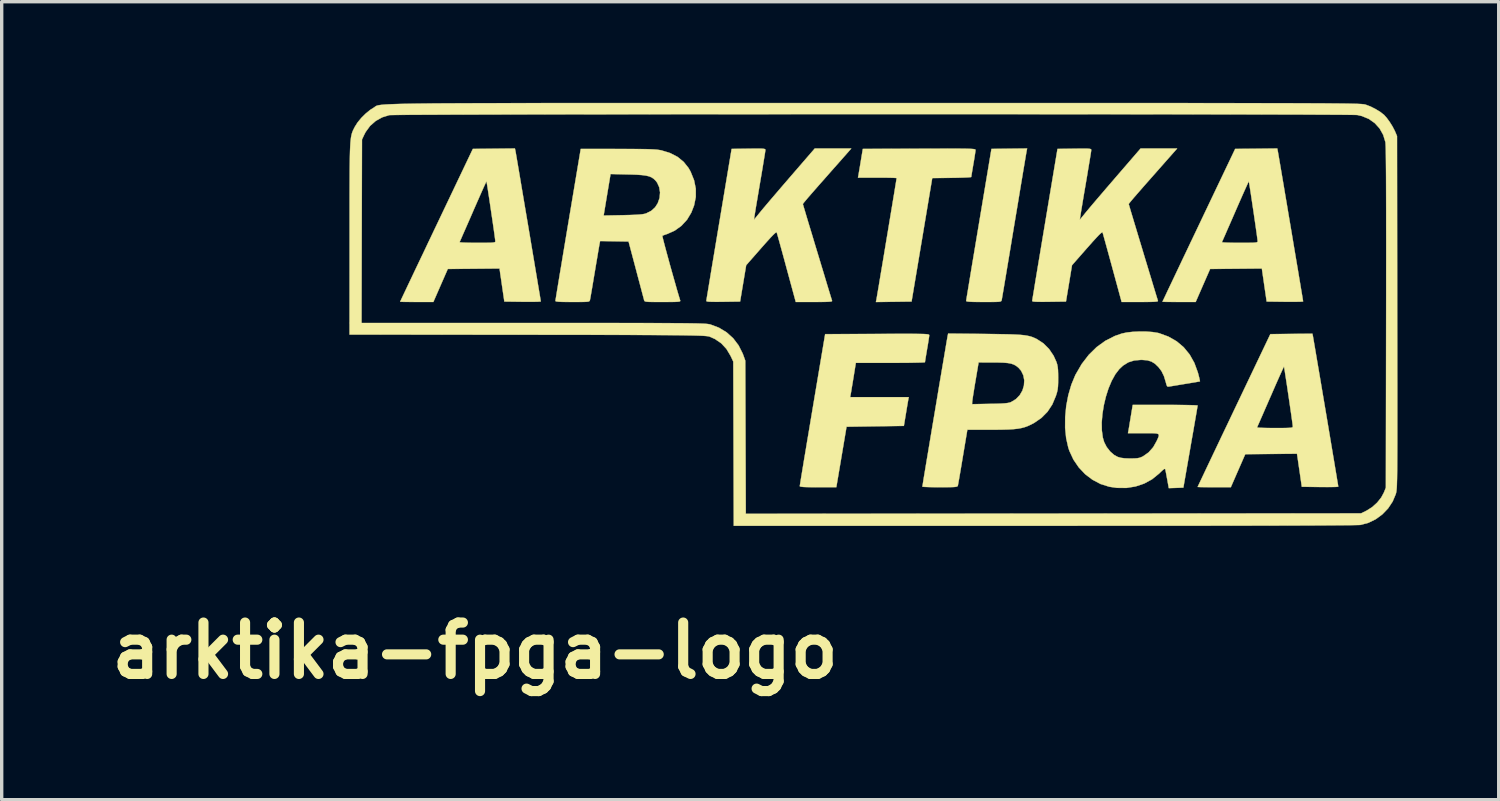
<source format=kicad_pcb>
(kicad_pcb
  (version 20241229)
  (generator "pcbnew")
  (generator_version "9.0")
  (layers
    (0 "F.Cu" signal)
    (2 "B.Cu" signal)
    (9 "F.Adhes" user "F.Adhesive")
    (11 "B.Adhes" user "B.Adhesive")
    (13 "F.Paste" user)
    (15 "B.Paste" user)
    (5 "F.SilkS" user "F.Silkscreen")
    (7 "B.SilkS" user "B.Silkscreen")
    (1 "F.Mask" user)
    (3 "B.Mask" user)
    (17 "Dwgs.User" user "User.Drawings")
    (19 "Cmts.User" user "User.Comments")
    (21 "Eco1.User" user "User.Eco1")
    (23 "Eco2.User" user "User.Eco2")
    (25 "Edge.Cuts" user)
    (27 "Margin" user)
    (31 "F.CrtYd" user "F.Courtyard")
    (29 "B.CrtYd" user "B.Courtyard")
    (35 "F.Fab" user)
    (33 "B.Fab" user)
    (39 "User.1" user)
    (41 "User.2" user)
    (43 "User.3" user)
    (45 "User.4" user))
  (footprint "arktika-fpga-logo"
    (layer "F.Cu")
    (at 22.468 7.353)
    (property "Reference" "arktika-fpga-logo" (at -11.43 8.89 0) (layer "F.SilkS") (effects (font (size 1.524 1.524) (thickness 0.3))))
    (attr through_hole)
    (fp_poly (pts (xy 4.922 -5.931) (xy 4.916 -5.896) (xy 4.902 -5.814) (xy 4.881 -5.69) (xy 4.854 -5.527) (xy 4.82 -5.329) (xy 4.782 -5.099) (xy 4.739 -4.843) (xy 4.693 -4.562) (xy 4.643 -4.262) (xy 4.59 -3.946) (xy 4.551 -3.712) (xy 4.497 -3.387) (xy 4.446 -3.076) (xy 4.397 -2.781) (xy 4.351 -2.509) (xy 4.31 -2.261) (xy 4.273 -2.041) (xy 4.242 -1.854) (xy 4.216 -1.704) (xy 4.197 -1.593) (xy 4.186 -1.526) (xy 4.182 -1.506) (xy 4.176 -1.487) (xy 4.165 -1.473) (xy 4.142 -1.463) (xy 4.1 -1.456) (xy 4.032 -1.452) (xy 3.933 -1.45) (xy 3.794 -1.449) (xy 3.648 -1.449) (xy 3.464 -1.45) (xy 3.325 -1.452) (xy 3.228 -1.457) (xy 3.166 -1.463) (xy 3.135 -1.472) (xy 3.129 -1.481) (xy 3.133 -1.51) (xy 3.145 -1.586) (xy 3.165 -1.705) (xy 3.191 -1.863) (xy 3.223 -2.056) (xy 3.26 -2.282) (xy 3.302 -2.536) (xy 3.349 -2.815) (xy 3.399 -3.115) (xy 3.452 -3.433) (xy 3.505 -3.75) (xy 3.879 -5.988) (xy 4.408 -5.995) (xy 4.937 -6.001) (xy 4.922 -5.931)) (stroke (width 0.01) (type solid)) (fill yes) (layer "F.SilkS"))
    (fp_poly (pts (xy 1.499 -0.505) (xy 1.652 -0.504) (xy 1.773 -0.502) (xy 1.865 -0.5) (xy 1.933 -0.496) (xy 1.98 -0.492) (xy 2.01 -0.486) (xy 2.026 -0.479) (xy 2.033 -0.471) (xy 2.034 -0.464) (xy 2.03 -0.424) (xy 2.018 -0.344) (xy 2.001 -0.234) (xy 1.98 -0.105) (xy 1.97 -0.051) (xy 1.948 0.081) (xy 1.929 0.194) (xy 1.915 0.28) (xy 1.908 0.329) (xy 1.907 0.337) (xy 1.883 0.341) (xy 1.812 0.345) (xy 1.702 0.348) (xy 1.557 0.351) (xy 1.383 0.354) (xy 1.185 0.355) (xy 0.968 0.356) (xy 0.883 0.356) (xy -0.142 0.356) (xy -0.213 0.795) (xy -0.237 0.943) (xy -0.26 1.078) (xy -0.278 1.191) (xy -0.292 1.27) (xy -0.298 1.303) (xy -0.311 1.373) (xy 1.426 1.373) (xy 1.411 1.456) (xy 1.401 1.511) (xy 1.385 1.605) (xy 1.365 1.724) (xy 1.343 1.857) (xy 1.339 1.881) (xy 1.282 2.225) (xy 0.432 2.237) (xy -0.418 2.25) (xy -0.569 3.146) (xy -0.721 4.043) (xy -1.263 4.043) (xy -1.452 4.042) (xy -1.594 4.04) (xy -1.696 4.036) (xy -1.761 4.029) (xy -1.796 4.021) (xy -1.805 4.011) (xy -1.8 3.982) (xy -1.788 3.906) (xy -1.769 3.787) (xy -1.743 3.629) (xy -1.711 3.436) (xy -1.674 3.21) (xy -1.631 2.956) (xy -1.585 2.677) (xy -1.534 2.377) (xy -1.481 2.059) (xy -1.428 1.742) (xy -1.052 -0.496) (xy 0.491 -0.502) (xy 0.81 -0.504) (xy 1.082 -0.505) (xy 1.31 -0.505) (xy 1.499 -0.505)) (stroke (width 0.01) (type solid)) (fill yes) (layer "F.SilkS"))
    (fp_poly (pts (xy 2.798 -5.997) (xy 2.964 -5.996) (xy 3.096 -5.995) (xy 3.199 -5.992) (xy 3.277 -5.989) (xy 3.333 -5.985) (xy 3.37 -5.98) (xy 3.392 -5.974) (xy 3.403 -5.967) (xy 3.407 -5.958) (xy 3.407 -5.956) (xy 3.403 -5.916) (xy 3.391 -5.836) (xy 3.374 -5.726) (xy 3.353 -5.597) (xy 3.343 -5.543) (xy 3.321 -5.411) (xy 3.302 -5.298) (xy 3.288 -5.212) (xy 3.281 -5.163) (xy 3.28 -5.155) (xy 3.256 -5.15) (xy 3.188 -5.144) (xy 3.083 -5.139) (xy 2.949 -5.135) (xy 2.793 -5.131) (xy 2.701 -5.13) (xy 2.123 -5.123) (xy 1.817 -3.293) (xy 1.51 -1.462) (xy 0.982 -1.455) (xy 0.453 -1.448) (xy 0.468 -1.519) (xy 0.474 -1.555) (xy 0.488 -1.635) (xy 0.508 -1.755) (xy 0.535 -1.909) (xy 0.565 -2.093) (xy 0.6 -2.302) (xy 0.639 -2.532) (xy 0.68 -2.776) (xy 0.722 -3.03) (xy 0.765 -3.29) (xy 0.809 -3.551) (xy 0.851 -3.807) (xy 0.892 -4.054) (xy 0.931 -4.287) (xy 0.966 -4.501) (xy 0.998 -4.692) (xy 1.024 -4.853) (xy 1.045 -4.981) (xy 1.06 -5.071) (xy 1.067 -5.117) (xy 1.068 -5.123) (xy 1.044 -5.126) (xy 0.976 -5.13) (xy 0.871 -5.133) (xy 0.738 -5.135) (xy 0.582 -5.136) (xy 0.495 -5.136) (xy -0.079 -5.136) (xy -0.063 -5.219) (xy -0.054 -5.274) (xy -0.038 -5.368) (xy -0.018 -5.487) (xy 0.004 -5.62) (xy 0.008 -5.644) (xy 0.065 -5.988) (xy 1.736 -5.994) (xy 2.069 -5.995) (xy 2.354 -5.996) (xy 2.596 -5.997) (xy 2.798 -5.997)) (stroke (width 0.01) (type solid)) (fill yes) (layer "F.SilkS"))
    (fp_poly (pts (xy -10.236 -5.931) (xy -10.229 -5.895) (xy -10.215 -5.813) (xy -10.194 -5.691) (xy -10.167 -5.533) (xy -10.135 -5.344) (xy -10.098 -5.126) (xy -10.058 -4.886) (xy -10.014 -4.627) (xy -9.968 -4.353) (xy -9.92 -4.07) (xy -9.871 -3.781) (xy -9.822 -3.491) (xy -9.774 -3.204) (xy -9.727 -2.924) (xy -9.682 -2.656) (xy -9.64 -2.405) (xy -9.601 -2.174) (xy -9.567 -1.968) (xy -9.537 -1.791) (xy -9.513 -1.649) (xy -9.496 -1.544) (xy -9.486 -1.482) (xy -9.484 -1.465) (xy -9.508 -1.461) (xy -9.576 -1.457) (xy -9.679 -1.455) (xy -9.812 -1.454) (xy -9.965 -1.454) (xy -10.024 -1.455) (xy -10.564 -1.462) (xy -10.62 -1.843) (xy -10.641 -1.987) (xy -10.66 -2.121) (xy -10.677 -2.234) (xy -10.689 -2.314) (xy -10.691 -2.333) (xy -10.707 -2.442) (xy -11.474 -2.435) (xy -12.241 -2.428) (xy -12.455 -1.939) (xy -12.669 -1.449) (xy -13.161 -1.449) (xy -13.313 -1.45) (xy -13.446 -1.451) (xy -13.552 -1.452) (xy -13.624 -1.455) (xy -13.653 -1.457) (xy -13.653 -1.457) (xy -13.643 -1.481) (xy -13.612 -1.547) (xy -13.562 -1.653) (xy -13.494 -1.796) (xy -13.411 -1.972) (xy -13.313 -2.178) (xy -13.202 -2.412) (xy -13.079 -2.67) (xy -12.946 -2.948) (xy -12.816 -3.223) (xy -11.892 -3.223) (xy -11.871 -3.217) (xy -11.806 -3.212) (xy -11.705 -3.208) (xy -11.575 -3.205) (xy -11.423 -3.204) (xy -11.367 -3.204) (xy -11.189 -3.204) (xy -11.055 -3.205) (xy -10.959 -3.207) (xy -10.896 -3.212) (xy -10.857 -3.219) (xy -10.838 -3.229) (xy -10.832 -3.243) (xy -10.831 -3.25) (xy -10.835 -3.286) (xy -10.845 -3.363) (xy -10.86 -3.476) (xy -10.88 -3.616) (xy -10.903 -3.777) (xy -10.929 -3.953) (xy -10.956 -4.135) (xy -10.983 -4.318) (xy -11.009 -4.494) (xy -11.034 -4.655) (xy -11.055 -4.796) (xy -11.073 -4.909) (xy -11.086 -4.987) (xy -11.093 -5.024) (xy -11.094 -5.025) (xy -11.105 -5.005) (xy -11.134 -4.942) (xy -11.18 -4.843) (xy -11.238 -4.712) (xy -11.308 -4.554) (xy -11.387 -4.375) (xy -11.473 -4.179) (xy -11.491 -4.137) (xy -11.578 -3.937) (xy -11.659 -3.752) (xy -11.732 -3.586) (xy -11.794 -3.445) (xy -11.842 -3.334) (xy -11.875 -3.259) (xy -11.891 -3.224) (xy -11.892 -3.223) (xy -12.816 -3.223) (xy -12.805 -3.245) (xy -12.657 -3.557) (xy -12.576 -3.726) (xy -11.498 -5.988) (xy -10.251 -6.001) (xy -10.236 -5.931)) (stroke (width 0.01) (type solid)) (fill yes) (layer "F.SilkS"))
    (fp_poly (pts (xy 12.367 -5.931) (xy 12.374 -5.895) (xy 12.388 -5.813) (xy 12.409 -5.691) (xy 12.436 -5.533) (xy 12.468 -5.344) (xy 12.505 -5.126) (xy 12.546 -4.886) (xy 12.589 -4.627) (xy 12.636 -4.353) (xy 12.683 -4.07) (xy 12.732 -3.781) (xy 12.781 -3.491) (xy 12.829 -3.204) (xy 12.876 -2.924) (xy 12.921 -2.656) (xy 12.964 -2.405) (xy 13.002 -2.174) (xy 13.037 -1.968) (xy 13.066 -1.791) (xy 13.09 -1.649) (xy 13.107 -1.544) (xy 13.117 -1.482) (xy 13.12 -1.465) (xy 13.095 -1.461) (xy 13.028 -1.457) (xy 12.924 -1.455) (xy 12.792 -1.454) (xy 12.638 -1.454) (xy 12.579 -1.455) (xy 12.039 -1.462) (xy 11.983 -1.843) (xy 11.962 -1.987) (xy 11.943 -2.121) (xy 11.926 -2.234) (xy 11.915 -2.314) (xy 11.912 -2.333) (xy 11.896 -2.442) (xy 10.362 -2.428) (xy 10.148 -1.939) (xy 9.934 -1.449) (xy 9.442 -1.449) (xy 9.29 -1.45) (xy 9.157 -1.451) (xy 9.051 -1.452) (xy 8.979 -1.455) (xy 8.95 -1.457) (xy 8.95 -1.457) (xy 8.96 -1.481) (xy 8.992 -1.547) (xy 9.042 -1.653) (xy 9.109 -1.796) (xy 9.193 -1.972) (xy 9.291 -2.178) (xy 9.402 -2.412) (xy 9.524 -2.67) (xy 9.657 -2.948) (xy 9.787 -3.223) (xy 10.711 -3.223) (xy 10.732 -3.217) (xy 10.797 -3.212) (xy 10.898 -3.208) (xy 11.028 -3.205) (xy 11.181 -3.204) (xy 11.237 -3.204) (xy 11.415 -3.204) (xy 11.548 -3.205) (xy 11.644 -3.207) (xy 11.708 -3.212) (xy 11.746 -3.219) (xy 11.765 -3.229) (xy 11.772 -3.243) (xy 11.772 -3.25) (xy 11.768 -3.286) (xy 11.758 -3.363) (xy 11.743 -3.476) (xy 11.723 -3.616) (xy 11.7 -3.777) (xy 11.674 -3.953) (xy 11.648 -4.135) (xy 11.62 -4.318) (xy 11.594 -4.494) (xy 11.57 -4.655) (xy 11.548 -4.796) (xy 11.53 -4.909) (xy 11.517 -4.987) (xy 11.51 -5.024) (xy 11.51 -5.025) (xy 11.498 -5.005) (xy 11.469 -4.942) (xy 11.424 -4.843) (xy 11.365 -4.712) (xy 11.295 -4.554) (xy 11.216 -4.375) (xy 11.13 -4.179) (xy 11.112 -4.137) (xy 11.025 -3.937) (xy 10.944 -3.752) (xy 10.871 -3.586) (xy 10.81 -3.445) (xy 10.761 -3.334) (xy 10.728 -3.259) (xy 10.712 -3.224) (xy 10.711 -3.223) (xy 9.787 -3.223) (xy 9.798 -3.245) (xy 9.947 -3.557) (xy 10.027 -3.726) (xy 11.105 -5.988) (xy 11.729 -5.994) (xy 12.353 -6.001) (xy 12.367 -5.931)) (stroke (width 0.01) (type solid)) (fill yes) (layer "F.SilkS"))
    (fp_poly (pts (xy 13.41 -0.439) (xy 13.416 -0.403) (xy 13.43 -0.321) (xy 13.451 -0.2) (xy 13.478 -0.042) (xy 13.51 0.148) (xy 13.547 0.366) (xy 13.588 0.606) (xy 13.632 0.865) (xy 13.678 1.138) (xy 13.726 1.422) (xy 13.775 1.711) (xy 13.824 2.001) (xy 13.872 2.288) (xy 13.919 2.568) (xy 13.964 2.836) (xy 14.006 3.087) (xy 14.045 3.318) (xy 14.079 3.524) (xy 14.109 3.7) (xy 14.132 3.843) (xy 14.15 3.948) (xy 14.16 4.01) (xy 14.162 4.026) (xy 14.138 4.031) (xy 14.07 4.035) (xy 13.966 4.037) (xy 13.834 4.038) (xy 13.68 4.037) (xy 13.622 4.037) (xy 13.081 4.03) (xy 13.026 3.649) (xy 13.005 3.505) (xy 12.985 3.371) (xy 12.969 3.258) (xy 12.957 3.178) (xy 12.954 3.159) (xy 12.938 3.05) (xy 12.171 3.057) (xy 11.404 3.064) (xy 11.19 3.553) (xy 10.976 4.043) (xy 10.484 4.043) (xy 10.332 4.042) (xy 10.199 4.041) (xy 10.093 4.04) (xy 10.022 4.037) (xy 9.993 4.035) (xy 9.992 4.035) (xy 10.003 4.011) (xy 10.034 3.945) (xy 10.084 3.839) (xy 10.152 3.696) (xy 10.235 3.52) (xy 10.333 3.314) (xy 10.444 3.08) (xy 10.567 2.822) (xy 10.699 2.543) (xy 10.83 2.269) (xy 11.754 2.269) (xy 11.775 2.275) (xy 11.84 2.28) (xy 11.941 2.284) (xy 12.071 2.287) (xy 12.223 2.288) (xy 12.279 2.288) (xy 12.457 2.288) (xy 12.591 2.287) (xy 12.686 2.284) (xy 12.75 2.28) (xy 12.788 2.273) (xy 12.808 2.263) (xy 12.814 2.249) (xy 12.814 2.242) (xy 12.811 2.206) (xy 12.801 2.129) (xy 12.785 2.016) (xy 12.766 1.876) (xy 12.742 1.714) (xy 12.717 1.539) (xy 12.69 1.356) (xy 12.663 1.174) (xy 12.637 0.998) (xy 12.612 0.837) (xy 12.59 0.696) (xy 12.573 0.583) (xy 12.56 0.504) (xy 12.553 0.468) (xy 12.552 0.466) (xy 12.541 0.487) (xy 12.511 0.55) (xy 12.466 0.649) (xy 12.407 0.78) (xy 12.337 0.937) (xy 12.258 1.117) (xy 12.173 1.313) (xy 12.154 1.355) (xy 12.067 1.555) (xy 11.986 1.74) (xy 11.914 1.906) (xy 11.852 2.047) (xy 11.804 2.157) (xy 11.77 2.233) (xy 11.755 2.268) (xy 11.754 2.269) (xy 10.83 2.269) (xy 10.841 2.247) (xy 10.989 1.935) (xy 11.07 1.765) (xy 12.148 -0.496) (xy 12.771 -0.503) (xy 13.395 -0.509) (xy 13.41 -0.439)) (stroke (width 0.01) (type solid)) (fill yes) (layer "F.SilkS"))
    (fp_poly (pts (xy -0.653 -5.574) (xy -0.876 -5.322) (xy -1.067 -5.105) (xy -1.229 -4.922) (xy -1.363 -4.769) (xy -1.472 -4.644) (xy -1.558 -4.545) (xy -1.622 -4.469) (xy -1.668 -4.414) (xy -1.697 -4.378) (xy -1.711 -4.357) (xy -1.713 -4.351) (xy -1.705 -4.324) (xy -1.684 -4.253) (xy -1.651 -4.143) (xy -1.609 -4.001) (xy -1.558 -3.831) (xy -1.5 -3.639) (xy -1.436 -3.429) (xy -1.37 -3.208) (xy -1.301 -2.98) (xy -1.231 -2.75) (xy -1.163 -2.524) (xy -1.097 -2.308) (xy -1.036 -2.105) (xy -0.981 -1.922) (xy -0.933 -1.764) (xy -0.894 -1.636) (xy -0.865 -1.543) (xy -0.849 -1.491) (xy -0.846 -1.481) (xy -0.852 -1.47) (xy -0.885 -1.462) (xy -0.948 -1.456) (xy -1.046 -1.452) (xy -1.186 -1.45) (xy -1.371 -1.449) (xy -1.378 -1.449) (xy -1.923 -1.449) (xy -2.198 -2.46) (xy -2.257 -2.679) (xy -2.313 -2.884) (xy -2.364 -3.069) (xy -2.408 -3.229) (xy -2.444 -3.358) (xy -2.471 -3.452) (xy -2.486 -3.504) (xy -2.489 -3.512) (xy -2.503 -3.514) (xy -2.537 -3.491) (xy -2.592 -3.439) (xy -2.672 -3.356) (xy -2.778 -3.239) (xy -2.914 -3.086) (xy -2.949 -3.046) (xy -3.394 -2.539) (xy -3.484 -2) (xy -3.574 -1.462) (xy -4.075 -1.455) (xy -4.254 -1.453) (xy -4.387 -1.454) (xy -4.481 -1.457) (xy -4.539 -1.462) (xy -4.569 -1.471) (xy -4.575 -1.48) (xy -4.571 -1.51) (xy -4.559 -1.586) (xy -4.539 -1.704) (xy -4.513 -1.863) (xy -4.481 -2.056) (xy -4.444 -2.282) (xy -4.402 -2.536) (xy -4.355 -2.815) (xy -4.305 -3.115) (xy -4.252 -3.433) (xy -4.199 -3.75) (xy -3.825 -5.988) (xy -3.323 -5.995) (xy -3.152 -5.997) (xy -3.024 -5.997) (xy -2.935 -5.996) (xy -2.876 -5.991) (xy -2.843 -5.984) (xy -2.827 -5.973) (xy -2.823 -5.959) (xy -2.823 -5.956) (xy -2.828 -5.922) (xy -2.84 -5.843) (xy -2.859 -5.726) (xy -2.884 -5.575) (xy -2.913 -5.396) (xy -2.947 -5.195) (xy -2.984 -4.978) (xy -2.997 -4.901) (xy -3.034 -4.681) (xy -3.068 -4.478) (xy -3.099 -4.297) (xy -3.124 -4.142) (xy -3.144 -4.02) (xy -3.157 -3.935) (xy -3.163 -3.894) (xy -3.163 -3.89) (xy -3.146 -3.909) (xy -3.104 -3.959) (xy -3.045 -4.031) (xy -3 -4.087) (xy -2.95 -4.148) (xy -2.871 -4.243) (xy -2.767 -4.366) (xy -2.643 -4.512) (xy -2.503 -4.675) (xy -2.352 -4.852) (xy -2.193 -5.036) (xy -2.102 -5.142) (xy -1.36 -6) (xy -0.818 -6) (xy -0.277 -6) (xy -0.653 -5.574)) (stroke (width 0.01) (type solid)) (fill yes) (layer "F.SilkS"))
    (fp_poly (pts (xy 9.008 -5.574) (xy 8.786 -5.322) (xy 8.594 -5.105) (xy 8.433 -4.922) (xy 8.299 -4.769) (xy 8.19 -4.644) (xy 8.104 -4.545) (xy 8.04 -4.469) (xy 7.994 -4.414) (xy 7.965 -4.378) (xy 7.951 -4.357) (xy 7.949 -4.351) (xy 7.957 -4.324) (xy 7.978 -4.253) (xy 8.01 -4.143) (xy 8.053 -4.001) (xy 8.104 -3.831) (xy 8.162 -3.639) (xy 8.225 -3.429) (xy 8.292 -3.208) (xy 8.361 -2.98) (xy 8.43 -2.75) (xy 8.499 -2.524) (xy 8.564 -2.308) (xy 8.626 -2.105) (xy 8.681 -1.922) (xy 8.729 -1.764) (xy 8.768 -1.636) (xy 8.797 -1.543) (xy 8.813 -1.491) (xy 8.816 -1.481) (xy 8.809 -1.47) (xy 8.777 -1.462) (xy 8.714 -1.456) (xy 8.615 -1.452) (xy 8.476 -1.45) (xy 8.291 -1.449) (xy 8.284 -1.449) (xy 7.739 -1.449) (xy 7.464 -2.46) (xy 7.404 -2.679) (xy 7.348 -2.884) (xy 7.297 -3.069) (xy 7.253 -3.229) (xy 7.217 -3.358) (xy 7.191 -3.452) (xy 7.176 -3.504) (xy 7.173 -3.512) (xy 7.159 -3.514) (xy 7.125 -3.491) (xy 7.069 -3.439) (xy 6.99 -3.356) (xy 6.883 -3.239) (xy 6.748 -3.086) (xy 6.712 -3.046) (xy 6.267 -2.539) (xy 6.178 -2) (xy 6.088 -1.462) (xy 5.587 -1.455) (xy 5.408 -1.453) (xy 5.274 -1.454) (xy 5.181 -1.457) (xy 5.122 -1.462) (xy 5.093 -1.471) (xy 5.087 -1.48) (xy 5.091 -1.51) (xy 5.103 -1.586) (xy 5.123 -1.704) (xy 5.149 -1.863) (xy 5.18 -2.056) (xy 5.218 -2.282) (xy 5.26 -2.536) (xy 5.307 -2.815) (xy 5.357 -3.115) (xy 5.41 -3.433) (xy 5.463 -3.75) (xy 5.837 -5.988) (xy 6.338 -5.995) (xy 6.51 -5.997) (xy 6.637 -5.997) (xy 6.727 -5.996) (xy 6.785 -5.991) (xy 6.819 -5.984) (xy 6.834 -5.973) (xy 6.838 -5.959) (xy 6.838 -5.956) (xy 6.834 -5.922) (xy 6.822 -5.843) (xy 6.803 -5.726) (xy 6.778 -5.575) (xy 6.748 -5.396) (xy 6.715 -5.195) (xy 6.678 -4.978) (xy 6.665 -4.901) (xy 6.627 -4.681) (xy 6.593 -4.478) (xy 6.563 -4.297) (xy 6.537 -4.142) (xy 6.518 -4.02) (xy 6.504 -3.935) (xy 6.498 -3.894) (xy 6.498 -3.89) (xy 6.516 -3.909) (xy 6.557 -3.959) (xy 6.617 -4.031) (xy 6.661 -4.087) (xy 6.712 -4.148) (xy 6.791 -4.243) (xy 6.895 -4.366) (xy 7.019 -4.512) (xy 7.159 -4.675) (xy 7.31 -4.852) (xy 7.469 -5.036) (xy 7.56 -5.142) (xy 8.301 -6) (xy 8.843 -6) (xy 9.385 -6) (xy 9.008 -5.574)) (stroke (width 0.01) (type solid)) (fill yes) (layer "F.SilkS"))
    (fp_poly (pts (xy 3.681 -0.502) (xy 3.972 -0.498) (xy 4.218 -0.494) (xy 4.423 -0.49) (xy 4.592 -0.483) (xy 4.732 -0.475) (xy 4.846 -0.464) (xy 4.94 -0.449) (xy 5.019 -0.432) (xy 5.089 -0.41) (xy 5.154 -0.383) (xy 5.22 -0.352) (xy 5.228 -0.347) (xy 5.42 -0.222) (xy 5.586 -0.056) (xy 5.721 0.144) (xy 5.803 0.324) (xy 5.827 0.398) (xy 5.842 0.474) (xy 5.852 0.565) (xy 5.856 0.685) (xy 5.857 0.801) (xy 5.856 0.947) (xy 5.851 1.057) (xy 5.841 1.145) (xy 5.823 1.228) (xy 5.795 1.319) (xy 5.789 1.337) (xy 5.683 1.589) (xy 5.541 1.805) (xy 5.362 1.986) (xy 5.145 2.136) (xy 5.05 2.186) (xy 4.959 2.228) (xy 4.869 2.261) (xy 4.774 2.287) (xy 4.666 2.307) (xy 4.539 2.321) (xy 4.386 2.331) (xy 4.2 2.336) (xy 3.974 2.339) (xy 3.805 2.339) (xy 3.164 2.339) (xy 3.029 3.146) (xy 2.996 3.344) (xy 2.965 3.528) (xy 2.937 3.69) (xy 2.914 3.824) (xy 2.896 3.924) (xy 2.885 3.985) (xy 2.882 3.998) (xy 2.874 4.013) (xy 2.855 4.024) (xy 2.819 4.032) (xy 2.758 4.038) (xy 2.667 4.041) (xy 2.539 4.042) (xy 2.367 4.043) (xy 2.35 4.043) (xy 2.194 4.042) (xy 2.056 4.04) (xy 1.945 4.036) (xy 1.868 4.032) (xy 1.832 4.027) (xy 1.831 4.026) (xy 1.835 3.999) (xy 1.847 3.925) (xy 1.865 3.81) (xy 1.89 3.659) (xy 1.921 3.474) (xy 1.956 3.261) (xy 1.996 3.025) (xy 2.039 2.768) (xy 2.084 2.497) (xy 2.131 2.215) (xy 2.18 1.926) (xy 2.229 1.635) (xy 2.238 1.581) (xy 3.305 1.581) (xy 3.833 1.571) (xy 4.02 1.568) (xy 4.163 1.563) (xy 4.27 1.556) (xy 4.35 1.547) (xy 4.408 1.536) (xy 4.454 1.521) (xy 4.462 1.517) (xy 4.605 1.43) (xy 4.717 1.314) (xy 4.797 1.177) (xy 4.842 1.027) (xy 4.852 0.874) (xy 4.824 0.725) (xy 4.757 0.588) (xy 4.678 0.498) (xy 4.614 0.447) (xy 4.546 0.408) (xy 4.467 0.38) (xy 4.367 0.361) (xy 4.24 0.35) (xy 4.075 0.345) (xy 3.929 0.344) (xy 3.498 0.343) (xy 3.403 0.903) (xy 3.375 1.068) (xy 3.351 1.22) (xy 3.33 1.35) (xy 3.316 1.449) (xy 3.308 1.509) (xy 3.307 1.521) (xy 3.305 1.581) (xy 2.238 1.581) (xy 2.277 1.346) (xy 2.324 1.064) (xy 2.37 0.793) (xy 2.413 0.538) (xy 2.453 0.302) (xy 2.489 0.09) (xy 2.52 -0.093) (xy 2.545 -0.244) (xy 2.565 -0.357) (xy 2.577 -0.428) (xy 2.582 -0.453) (xy 2.595 -0.513) (xy 3.681 -0.502)) (stroke (width 0.01) (type solid)) (fill yes) (layer "F.SilkS"))
    (fp_poly (pts (xy -7.194 -5.987) (xy -6.919 -5.986) (xy -6.689 -5.985) (xy -6.5 -5.983) (xy -6.346 -5.981) (xy -6.222 -5.977) (xy -6.123 -5.972) (xy -6.044 -5.966) (xy -5.979 -5.957) (xy -5.924 -5.948) (xy -5.901 -5.943) (xy -5.646 -5.864) (xy -5.429 -5.752) (xy -5.249 -5.605) (xy -5.104 -5.424) (xy -5.041 -5.313) (xy -4.939 -5.06) (xy -4.888 -4.81) (xy -4.888 -4.561) (xy -4.938 -4.313) (xy -5.021 -4.099) (xy -5.148 -3.888) (xy -5.313 -3.709) (xy -5.509 -3.567) (xy -5.733 -3.466) (xy -5.759 -3.458) (xy -5.827 -3.434) (xy -5.872 -3.415) (xy -5.879 -3.41) (xy -5.875 -3.384) (xy -5.859 -3.315) (xy -5.832 -3.21) (xy -5.797 -3.076) (xy -5.754 -2.917) (xy -5.706 -2.741) (xy -5.655 -2.553) (xy -5.601 -2.361) (xy -5.547 -2.17) (xy -5.495 -1.987) (xy -5.447 -1.817) (xy -5.403 -1.668) (xy -5.366 -1.545) (xy -5.35 -1.494) (xy -5.348 -1.479) (xy -5.358 -1.468) (xy -5.386 -1.46) (xy -5.438 -1.455) (xy -5.519 -1.451) (xy -5.637 -1.45) (xy -5.797 -1.449) (xy -5.871 -1.449) (xy -6.049 -1.449) (xy -6.182 -1.45) (xy -6.278 -1.452) (xy -6.343 -1.457) (xy -6.383 -1.464) (xy -6.405 -1.474) (xy -6.415 -1.489) (xy -6.421 -1.506) (xy -6.43 -1.544) (xy -6.452 -1.625) (xy -6.483 -1.742) (xy -6.522 -1.89) (xy -6.568 -2.063) (xy -6.619 -2.254) (xy -6.658 -2.403) (xy -6.881 -3.242) (xy -7.303 -3.249) (xy -7.725 -3.256) (xy -7.739 -3.185) (xy -7.747 -3.143) (xy -7.762 -3.057) (xy -7.783 -2.935) (xy -7.808 -2.783) (xy -7.838 -2.609) (xy -7.87 -2.418) (xy -7.883 -2.339) (xy -7.916 -2.144) (xy -7.946 -1.964) (xy -7.973 -1.804) (xy -7.996 -1.672) (xy -8.013 -1.574) (xy -8.024 -1.517) (xy -8.026 -1.506) (xy -8.032 -1.487) (xy -8.044 -1.473) (xy -8.067 -1.462) (xy -8.111 -1.456) (xy -8.179 -1.452) (xy -8.281 -1.45) (xy -8.422 -1.449) (xy -8.546 -1.449) (xy -8.727 -1.45) (xy -8.862 -1.452) (xy -8.957 -1.457) (xy -9.017 -1.464) (xy -9.045 -1.473) (xy -9.05 -1.481) (xy -9.046 -1.51) (xy -9.033 -1.586) (xy -9.014 -1.705) (xy -8.988 -1.863) (xy -8.956 -2.056) (xy -8.919 -2.282) (xy -8.876 -2.536) (xy -8.83 -2.815) (xy -8.78 -3.115) (xy -8.727 -3.433) (xy -8.674 -3.75) (xy -8.63 -4.012) (xy -7.62 -4.012) (xy -7.045 -4.023) (xy -6.845 -4.028) (xy -6.688 -4.034) (xy -6.568 -4.041) (xy -6.478 -4.05) (xy -6.412 -4.061) (xy -6.361 -4.076) (xy -6.358 -4.077) (xy -6.207 -4.153) (xy -6.094 -4.256) (xy -6.016 -4.377) (xy -5.961 -4.535) (xy -5.947 -4.697) (xy -5.972 -4.852) (xy -6.035 -4.99) (xy -6.084 -5.052) (xy -6.139 -5.104) (xy -6.199 -5.144) (xy -6.271 -5.174) (xy -6.363 -5.196) (xy -6.482 -5.212) (xy -6.636 -5.223) (xy -6.83 -5.23) (xy -6.905 -5.231) (xy -7.415 -5.243) (xy -7.518 -4.627) (xy -7.62 -4.012) (xy -8.63 -4.012) (xy -8.299 -5.988) (xy -7.194 -5.987)) (stroke (width 0.01) (type solid)) (fill yes) (layer "F.SilkS"))
    (fp_poly (pts (xy 8.471 -0.572) (xy 8.656 -0.558) (xy 8.811 -0.533) (xy 8.848 -0.524) (xy 9.125 -0.423) (xy 9.369 -0.284) (xy 9.579 -0.107) (xy 9.755 0.108) (xy 9.895 0.357) (xy 9.999 0.642) (xy 10.014 0.698) (xy 10.038 0.792) (xy 10.054 0.864) (xy 10.061 0.902) (xy 10.061 0.905) (xy 10.035 0.91) (xy 9.968 0.922) (xy 9.867 0.939) (xy 9.741 0.96) (xy 9.636 0.977) (xy 9.491 1.001) (xy 9.359 1.023) (xy 9.251 1.041) (xy 9.176 1.053) (xy 9.15 1.058) (xy 9.11 1.061) (xy 9.086 1.046) (xy 9.067 1) (xy 9.05 0.936) (xy 8.994 0.75) (xy 8.921 0.6) (xy 8.832 0.483) (xy 8.728 0.382) (xy 8.622 0.317) (xy 8.5 0.28) (xy 8.347 0.268) (xy 8.314 0.267) (xy 8.111 0.285) (xy 7.936 0.34) (xy 7.779 0.438) (xy 7.67 0.54) (xy 7.551 0.695) (xy 7.443 0.89) (xy 7.349 1.114) (xy 7.271 1.359) (xy 7.21 1.615) (xy 7.169 1.873) (xy 7.148 2.124) (xy 7.152 2.359) (xy 7.18 2.568) (xy 7.221 2.707) (xy 7.296 2.853) (xy 7.399 2.984) (xy 7.518 3.088) (xy 7.624 3.145) (xy 7.714 3.171) (xy 7.828 3.186) (xy 7.978 3.191) (xy 7.996 3.191) (xy 8.119 3.189) (xy 8.206 3.183) (xy 8.272 3.17) (xy 8.334 3.146) (xy 8.379 3.123) (xy 8.539 3.01) (xy 8.675 2.856) (xy 8.775 2.679) (xy 8.813 2.597) (xy 8.837 2.536) (xy 8.842 2.493) (xy 8.824 2.466) (xy 8.776 2.45) (xy 8.693 2.443) (xy 8.571 2.441) (xy 8.404 2.441) (xy 8.387 2.441) (xy 7.926 2.441) (xy 7.94 2.371) (xy 7.949 2.321) (xy 7.964 2.232) (xy 7.983 2.115) (xy 8.005 1.984) (xy 8.01 1.951) (xy 8.068 1.602) (xy 9.03 1.602) (xy 9.245 1.602) (xy 9.444 1.604) (xy 9.62 1.606) (xy 9.769 1.609) (xy 9.884 1.612) (xy 9.96 1.616) (xy 9.991 1.62) (xy 9.992 1.621) (xy 9.987 1.649) (xy 9.975 1.722) (xy 9.956 1.836) (xy 9.93 1.985) (xy 9.899 2.164) (xy 9.864 2.368) (xy 9.824 2.593) (xy 9.782 2.834) (xy 9.78 2.848) (xy 9.569 4.055) (xy 9.353 4.063) (xy 9.137 4.07) (xy 9.092 3.821) (xy 9.071 3.709) (xy 9.053 3.611) (xy 9.039 3.542) (xy 9.035 3.52) (xy 9.025 3.5) (xy 9.005 3.501) (xy 8.967 3.527) (xy 8.906 3.583) (xy 8.85 3.638) (xy 8.643 3.806) (xy 8.409 3.934) (xy 8.153 4.02) (xy 7.882 4.064) (xy 7.6 4.062) (xy 7.373 4.029) (xy 7.115 3.948) (xy 6.875 3.822) (xy 6.658 3.657) (xy 6.468 3.456) (xy 6.31 3.225) (xy 6.19 2.967) (xy 6.157 2.869) (xy 6.094 2.59) (xy 6.063 2.285) (xy 6.065 1.962) (xy 6.096 1.634) (xy 6.158 1.31) (xy 6.248 1.002) (xy 6.365 0.719) (xy 6.374 0.702) (xy 6.555 0.39) (xy 6.764 0.118) (xy 6.998 -0.112) (xy 7.257 -0.299) (xy 7.539 -0.442) (xy 7.747 -0.514) (xy 7.894 -0.545) (xy 8.075 -0.565) (xy 8.272 -0.574) (xy 8.471 -0.572)) (stroke (width 0.01) (type solid)) (fill yes) (layer "F.SilkS"))
    (fp_poly (pts (xy -4.208 -7.348) (xy -3.363 -7.348) (xy -2.473 -7.348) (xy -1.535 -7.348) (xy -0.549 -7.348) (xy 0.397 -7.348) (xy 1.42 -7.348) (xy 2.395 -7.348) (xy 3.32 -7.348) (xy 4.199 -7.348) (xy 5.032 -7.348) (xy 5.82 -7.348) (xy 6.565 -7.348) (xy 7.267 -7.348) (xy 7.929 -7.347) (xy 8.551 -7.347) (xy 9.135 -7.347) (xy 9.682 -7.347) (xy 10.192 -7.346) (xy 10.668 -7.346) (xy 11.111 -7.345) (xy 11.522 -7.345) (xy 11.901 -7.344) (xy 12.251 -7.343) (xy 12.573 -7.343) (xy 12.867 -7.342) (xy 13.136 -7.341) (xy 13.38 -7.34) (xy 13.6 -7.339) (xy 13.798 -7.338) (xy 13.975 -7.336) (xy 14.133 -7.335) (xy 14.272 -7.333) (xy 14.394 -7.332) (xy 14.5 -7.33) (xy 14.591 -7.328) (xy 14.669 -7.326) (xy 14.735 -7.324) (xy 14.789 -7.321) (xy 14.834 -7.319) (xy 14.871 -7.316) (xy 14.9 -7.313) (xy 14.923 -7.311) (xy 14.942 -7.307) (xy 14.957 -7.304) (xy 14.97 -7.301) (xy 14.979 -7.298) (xy 15.121 -7.244) (xy 15.27 -7.168) (xy 15.409 -7.083) (xy 15.517 -6.998) (xy 15.519 -6.997) (xy 15.599 -6.907) (xy 15.686 -6.788) (xy 15.769 -6.656) (xy 15.835 -6.529) (xy 15.846 -6.505) (xy 15.904 -6.369) (xy 15.91 -1.144) (xy 15.911 -0.538) (xy 15.912 0.02) (xy 15.912 0.531) (xy 15.913 0.998) (xy 15.913 1.422) (xy 15.913 1.806) (xy 15.913 2.152) (xy 15.913 2.461) (xy 15.913 2.737) (xy 15.912 2.981) (xy 15.911 3.195) (xy 15.91 3.382) (xy 15.909 3.543) (xy 15.907 3.681) (xy 15.905 3.797) (xy 15.902 3.895) (xy 15.9 3.975) (xy 15.897 4.04) (xy 15.893 4.093) (xy 15.889 4.135) (xy 15.885 4.168) (xy 15.88 4.195) (xy 15.875 4.218) (xy 15.869 4.238) (xy 15.867 4.247) (xy 15.774 4.468) (xy 15.64 4.67) (xy 15.471 4.846) (xy 15.275 4.991) (xy 15.058 5.097) (xy 14.827 5.16) (xy 14.823 5.16) (xy 14.782 5.163) (xy 14.692 5.165) (xy 14.553 5.168) (xy 14.366 5.17) (xy 14.13 5.172) (xy 13.846 5.174) (xy 13.512 5.176) (xy 13.129 5.178) (xy 12.697 5.179) (xy 12.215 5.181) (xy 11.683 5.182) (xy 11.102 5.183) (xy 10.471 5.184) (xy 9.79 5.185) (xy 9.059 5.185) (xy 8.278 5.186) (xy 7.446 5.186) (xy 6.564 5.186) (xy 5.631 5.187) (xy 5.448 5.187) (xy -3.762 5.187) (xy -3.769 2.752) (xy -3.776 0.318) (xy -3.856 0.148) (xy -3.979 -0.058) (xy -4.133 -0.224) (xy -4.321 -0.352) (xy -4.476 -0.421) (xy -4.493 -0.426) (xy -4.516 -0.431) (xy -4.547 -0.436) (xy -4.586 -0.44) (xy -4.637 -0.444) (xy -4.701 -0.448) (xy -4.779 -0.451) (xy -4.874 -0.454) (xy -4.988 -0.457) (xy -5.121 -0.459) (xy -5.276 -0.462) (xy -5.456 -0.464) (xy -5.66 -0.466) (xy -5.892 -0.467) (xy -6.154 -0.469) (xy -6.446 -0.47) (xy -6.771 -0.472) (xy -7.131 -0.473) (xy -7.527 -0.474) (xy -7.962 -0.475) (xy -8.437 -0.476) (xy -8.953 -0.476) (xy -9.514 -0.477) (xy -10.12 -0.478) (xy -10.773 -0.479) (xy -11.422 -0.479) (xy -15.154 -0.483) (xy -15.154 -0.826) (xy -14.798 -0.826) (xy -9.707 -0.826) (xy -9.107 -0.826) (xy -8.555 -0.826) (xy -8.05 -0.826) (xy -7.59 -0.826) (xy -7.172 -0.826) (xy -6.794 -0.825) (xy -6.454 -0.825) (xy -6.151 -0.824) (xy -5.88 -0.823) (xy -5.642 -0.822) (xy -5.433 -0.82) (xy -5.252 -0.819) (xy -5.095 -0.817) (xy -4.962 -0.815) (xy -4.85 -0.813) (xy -4.757 -0.81) (xy -4.68 -0.807) (xy -4.618 -0.804) (xy -4.568 -0.8) (xy -4.529 -0.796) (xy -4.498 -0.791) (xy -4.473 -0.787) (xy -4.452 -0.781) (xy -4.2 -0.686) (xy -3.974 -0.549) (xy -3.78 -0.374) (xy -3.62 -0.164) (xy -3.498 0.077) (xy -3.479 0.127) (xy -3.42 0.292) (xy -3.405 4.831) (xy 14.837 4.818) (xy 15.006 4.735) (xy 15.167 4.633) (xy 15.315 4.499) (xy 15.437 4.346) (xy 15.514 4.202) (xy 15.573 4.055) (xy 15.581 -0.992) (xy 15.582 -1.64) (xy 15.582 -2.238) (xy 15.583 -2.789) (xy 15.583 -3.293) (xy 15.582 -3.751) (xy 15.582 -4.165) (xy 15.581 -4.537) (xy 15.58 -4.867) (xy 15.579 -5.157) (xy 15.577 -5.408) (xy 15.575 -5.622) (xy 15.573 -5.8) (xy 15.571 -5.944) (xy 15.568 -6.054) (xy 15.564 -6.132) (xy 15.561 -6.18) (xy 15.559 -6.191) (xy 15.494 -6.405) (xy 15.388 -6.594) (xy 15.244 -6.753) (xy 15.068 -6.877) (xy 14.863 -6.962) (xy 14.729 -6.993) (xy 14.693 -6.995) (xy 14.607 -6.997) (xy 14.474 -6.998) (xy 14.296 -7) (xy 14.074 -7.001) (xy 13.809 -7.003) (xy 13.505 -7.004) (xy 13.162 -7.006) (xy 12.783 -7.007) (xy 12.368 -7.008) (xy 11.921 -7.009) (xy 11.442 -7.01) (xy 10.933 -7.011) (xy 10.397 -7.012) (xy 9.834 -7.013) (xy 9.247 -7.014) (xy 8.638 -7.015) (xy 8.008 -7.015) (xy 7.359 -7.016) (xy 6.692 -7.017) (xy 6.01 -7.017) (xy 5.315 -7.017) (xy 4.607 -7.018) (xy 3.889 -7.018) (xy 3.163 -7.018) (xy 2.43 -7.018) (xy 1.692 -7.018) (xy 0.951 -7.018) (xy 0.209 -7.018) (xy -0.533 -7.018) (xy -1.273 -7.018) (xy -2.008 -7.018) (xy -2.738 -7.017) (xy -3.461 -7.017) (xy -4.174 -7.017) (xy -4.877 -7.016) (xy -5.566 -7.016) (xy -6.242 -7.015) (xy -6.9 -7.014) (xy -7.541 -7.013) (xy -8.162 -7.013) (xy -8.761 -7.012) (xy -9.337 -7.011) (xy -9.888 -7.01) (xy -10.412 -7.009) (xy -10.907 -7.007) (xy -11.372 -7.006) (xy -11.805 -7.005) (xy -12.204 -7.004) (xy -12.566 -7.002) (xy -12.892 -7.001) (xy -13.178 -6.999) (xy -13.424 -6.998) (xy -13.626 -6.996) (xy -13.784 -6.994) (xy -13.895 -6.992) (xy -13.959 -6.991) (xy -13.973 -6.99) (xy -14.185 -6.925) (xy -14.378 -6.817) (xy -14.544 -6.671) (xy -14.675 -6.492) (xy -14.716 -6.414) (xy -14.785 -6.267) (xy -14.792 -3.547) (xy -14.798 -0.826) (xy -15.154 -0.826) (xy -15.153 -3.324) (xy -15.153 -3.778) (xy -15.153 -4.184) (xy -15.153 -4.545) (xy -15.152 -4.864) (xy -15.151 -5.144) (xy -15.15 -5.388) (xy -15.147 -5.598) (xy -15.144 -5.779) (xy -15.14 -5.932) (xy -15.134 -6.061) (xy -15.128 -6.169) (xy -15.119 -6.258) (xy -15.11 -6.332) (xy -15.098 -6.393) (xy -15.085 -6.445) (xy -15.07 -6.49) (xy -15.053 -6.532) (xy -15.033 -6.573) (xy -15.011 -6.616) (xy -14.998 -6.642) (xy -14.917 -6.771) (xy -14.805 -6.907) (xy -14.675 -7.036) (xy -14.543 -7.144) (xy -14.452 -7.201) (xy -14.435 -7.212) (xy -14.42 -7.222) (xy -14.408 -7.231) (xy -14.397 -7.24) (xy -14.385 -7.248) (xy -14.372 -7.256) (xy -14.357 -7.264) (xy -14.337 -7.271) (xy -14.312 -7.278) (xy -14.281 -7.284) (xy -14.241 -7.29) (xy -14.193 -7.296) (xy -14.135 -7.301) (xy -14.066 -7.306) (xy -13.984 -7.31) (xy -13.888 -7.314) (xy -13.776 -7.318) (xy -13.649 -7.322) (xy -13.504 -7.325) (xy -13.34 -7.328) (xy -13.156 -7.331) (xy -12.951 -7.333) (xy -12.723 -7.336) (xy -12.472 -7.338) (xy -12.195 -7.339) (xy -11.892 -7.341) (xy -11.562 -7.342) (xy -11.203 -7.343) (xy -10.815 -7.344) (xy -10.395 -7.345) (xy -9.942 -7.346) (xy -9.456 -7.347) (xy -8.935 -7.347) (xy -8.378 -7.348) (xy -7.784 -7.348) (xy -7.151 -7.348) (xy -6.478 -7.348) (xy -5.764 -7.348) (xy -5.008 -7.348) (xy -4.208 -7.348)) (stroke (width 0.01) (type solid)) (fill yes) (layer "F.SilkS")))
  (gr_rect
    (start -3 -3)
    (end 41.387 20.661)
    (stroke (width 0.1) (type default))
    (fill no)
    (layer "Edge.Cuts")))
</source>
